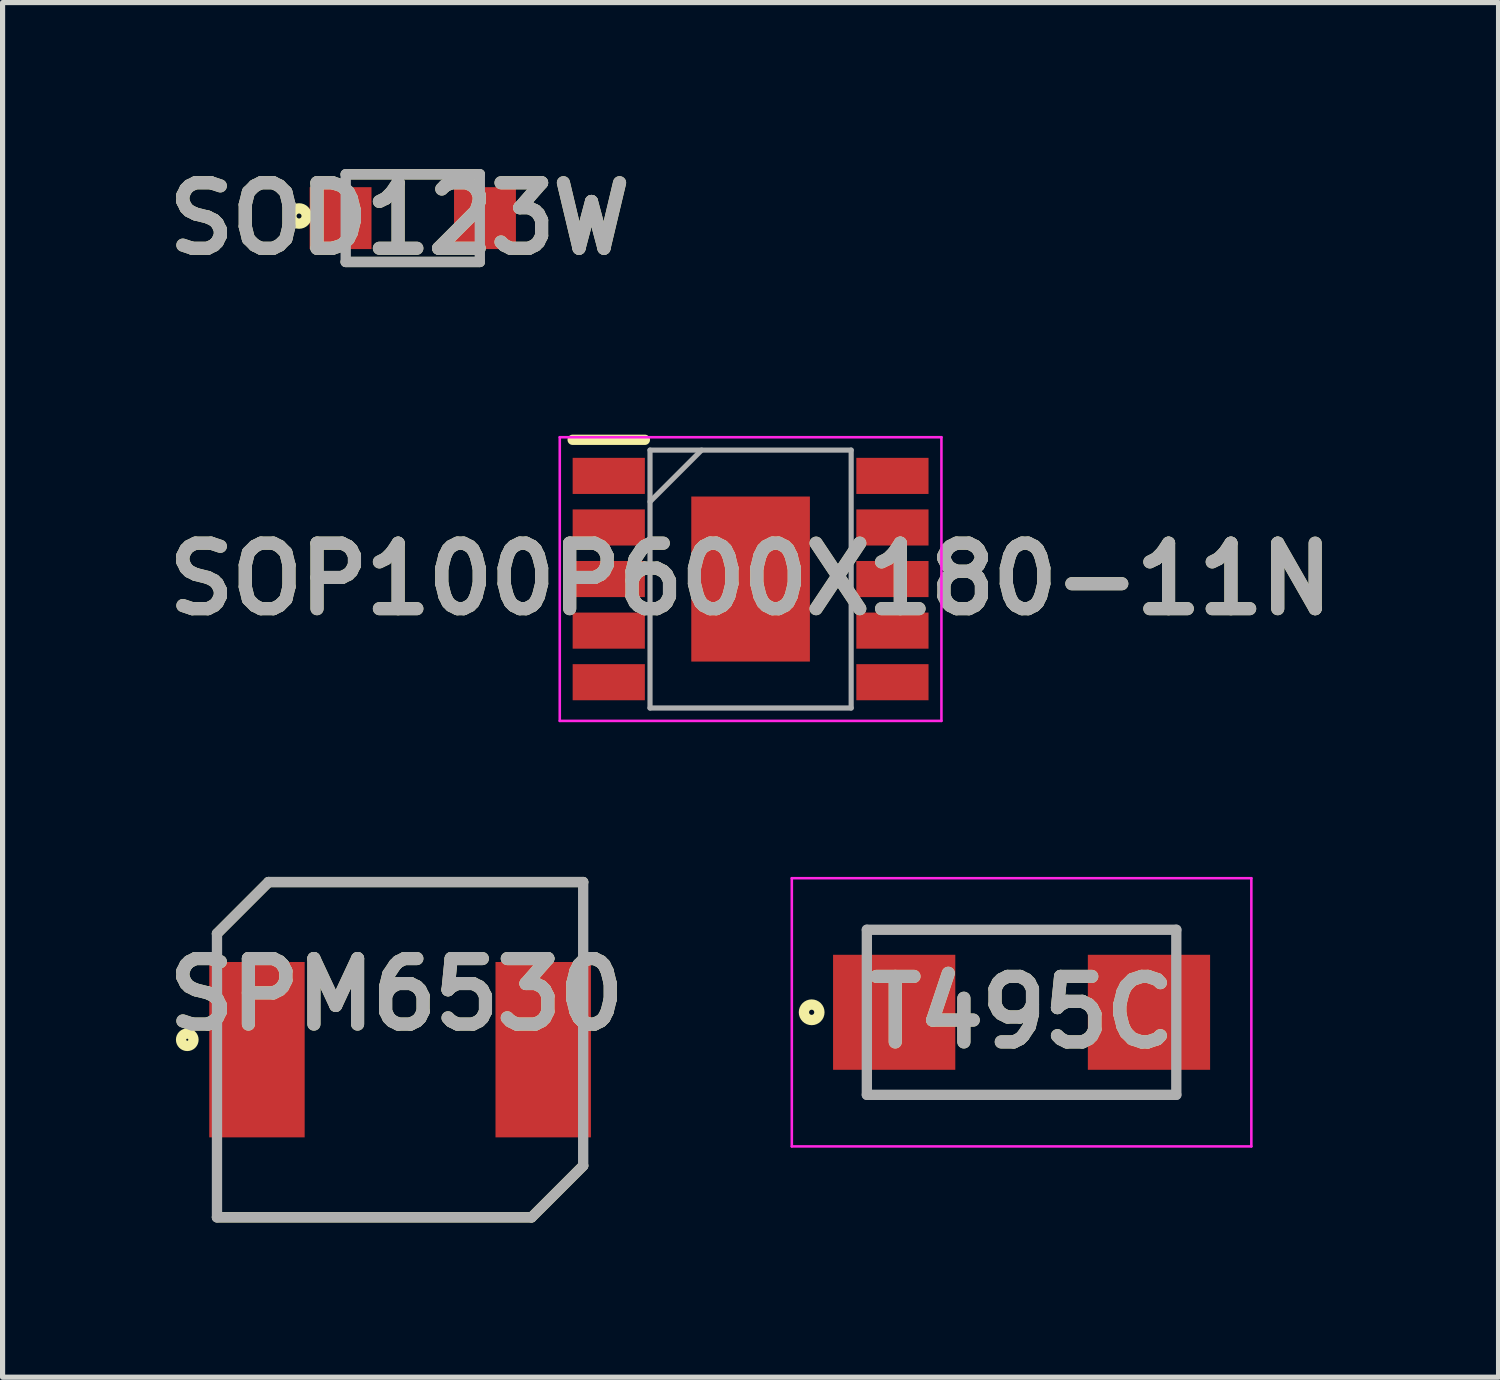
<source format=kicad_pcb>
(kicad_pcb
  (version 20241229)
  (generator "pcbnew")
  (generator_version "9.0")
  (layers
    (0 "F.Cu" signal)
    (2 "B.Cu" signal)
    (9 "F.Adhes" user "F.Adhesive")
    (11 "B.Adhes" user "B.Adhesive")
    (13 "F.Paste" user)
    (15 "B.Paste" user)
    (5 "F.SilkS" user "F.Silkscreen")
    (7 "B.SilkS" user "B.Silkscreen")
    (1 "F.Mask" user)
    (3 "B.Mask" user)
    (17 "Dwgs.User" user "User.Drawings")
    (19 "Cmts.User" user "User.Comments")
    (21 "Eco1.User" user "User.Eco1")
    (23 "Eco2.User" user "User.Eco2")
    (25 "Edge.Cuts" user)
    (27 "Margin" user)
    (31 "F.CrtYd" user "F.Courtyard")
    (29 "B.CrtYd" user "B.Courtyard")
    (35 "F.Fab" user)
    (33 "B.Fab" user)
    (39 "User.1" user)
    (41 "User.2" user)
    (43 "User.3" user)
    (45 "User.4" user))
  (footprint "SOD123W"
    (layer "F.Cu")
    (at 4.953 1.179)
    (property "Reference" "SOD123W" (at -0.254 0.01 0) (layer "F.SilkS") (effects (font (size 1.27 1.27) (thickness 0.254))))
    (attr smd)
    (fp_line (start -1.3 -0.85) (end 1.3 -0.85) (stroke (width 0.2) (type solid)) (layer "F.SilkS"))
    (fp_line (start 1.3 0.85) (end -1.3 0.85) (stroke (width 0.2) (type solid)) (layer "F.SilkS"))
    (fp_circle (center -2.205 -0.041) (end -2.205 0.007) (stroke (width 0.2) (type solid)) (fill no) (layer "F.SilkS"))
    (fp_line (start -1.3 -0.85) (end 1.3 -0.85) (stroke (width 0.2) (type solid)) (layer "F.Fab"))
    (fp_line (start -1.3 0.85) (end -1.3 -0.85) (stroke (width 0.2) (type solid)) (layer "F.Fab"))
    (fp_line (start 1.3 -0.85) (end 1.3 0.85) (stroke (width 0.2) (type solid)) (layer "F.Fab"))
    (fp_line (start 1.3 0.85) (end -1.3 0.85) (stroke (width 0.2) (type solid)) (layer "F.Fab"))
    (fp_text user "${REFERENCE}" (at -0.254 0.01 0) (layer "F.Fab") (effects (font (size 1.27 1.27) (thickness 0.254))))
    (pad "1" smd rect (at -1.4 0 90) (size 1.2 1.2) (layers "F.Cu" "F.Mask" "F.Paste"))
    (pad "2" smd rect (at 1.4 0 90) (size 1.2 1.2) (layers "F.Cu" "F.Mask" "F.Paste")))
  (footprint "SPM6530"
    (layer "F.Cu")
    (at 4.707 17.302)
    (property "Reference" "SPM6530" (at -0.068 -1.071 0) (layer "F.SilkS") (effects (font (size 1.27 1.27) (thickness 0.254))))
    (attr smd)
    (fp_line (start -3.55 -2.25) (end -2.55 -3.25) (stroke (width 0.2) (type solid)) (layer "F.SilkS"))
    (fp_line (start -2.55 -3.25) (end 3.55 -3.25) (stroke (width 0.2) (type solid)) (layer "F.SilkS"))
    (fp_line (start 2.55 3.25) (end -3.55 3.25) (stroke (width 0.2) (type solid)) (layer "F.SilkS"))
    (fp_line (start 3.55 2.25) (end 2.55 3.25) (stroke (width 0.2) (type solid)) (layer "F.SilkS"))
    (fp_circle (center -4.126 -0.193) (end -4.126 -0.073) (stroke (width 0.2) (type solid)) (fill no) (layer "F.SilkS"))
    (fp_line (start -3.55 -2.25) (end -2.55 -3.25) (stroke (width 0.2) (type solid)) (layer "F.Fab"))
    (fp_line (start -3.55 3.25) (end -3.55 -2.25) (stroke (width 0.2) (type solid)) (layer "F.Fab"))
    (fp_line (start -2.55 -3.25) (end 3.55 -3.25) (stroke (width 0.2) (type solid)) (layer "F.Fab"))
    (fp_line (start 2.55 3.25) (end -3.55 3.25) (stroke (width 0.2) (type solid)) (layer "F.Fab"))
    (fp_line (start 3.55 -3.25) (end 3.55 2.25) (stroke (width 0.2) (type solid)) (layer "F.Fab"))
    (fp_line (start 3.55 2.25) (end 2.55 3.25) (stroke (width 0.2) (type solid)) (layer "F.Fab"))
    (fp_text user "${REFERENCE}" (at -0.068 -1.071 0) (layer "F.Fab") (effects (font (size 1.27 1.27) (thickness 0.254))))
    (pad "1" smd rect (at -2.775 0) (size 1.85 3.4) (layers "F.Cu" "F.Mask" "F.Paste"))
    (pad "2" smd rect (at 2.775 0) (size 1.85 3.4) (layers "F.Cu" "F.Mask" "F.Paste")))
  (footprint "T495C"
    (layer "F.Cu")
    (at 16.757 16.577)
    (property "Reference" "T495C" (at 0 0 0) (layer "F.SilkS") (effects (font (size 1.27 1.27) (thickness 0.254))))
    (attr smd)
    (fp_line (start -3 -1.6) (end 3 -1.6) (stroke (width 0.1) (type solid)) (layer "F.SilkS"))
    (fp_line (start 3 1.6) (end -3 1.6) (stroke (width 0.1) (type solid)) (layer "F.SilkS"))
    (fp_circle (center -4.07 0) (end -4.07 0.05) (stroke (width 0.2) (type solid)) (fill no) (layer "F.SilkS"))
    (fp_line (start -4.455 -2.6) (end 4.455 -2.6) (stroke (width 0.05) (type solid)) (layer "F.CrtYd"))
    (fp_line (start -4.455 2.6) (end -4.455 -2.6) (stroke (width 0.05) (type solid)) (layer "F.CrtYd"))
    (fp_line (start 4.455 -2.6) (end 4.455 2.6) (stroke (width 0.05) (type solid)) (layer "F.CrtYd"))
    (fp_line (start 4.455 2.6) (end -4.455 2.6) (stroke (width 0.05) (type solid)) (layer "F.CrtYd"))
    (fp_line (start -3 -1.6) (end 3 -1.6) (stroke (width 0.2) (type solid)) (layer "F.Fab"))
    (fp_line (start -3 1.6) (end -3 -1.6) (stroke (width 0.2) (type solid)) (layer "F.Fab"))
    (fp_line (start 3 -1.6) (end 3 1.6) (stroke (width 0.2) (type solid)) (layer "F.Fab"))
    (fp_line (start 3 1.6) (end -3 1.6) (stroke (width 0.2) (type solid)) (layer "F.Fab"))
    (fp_text user "${REFERENCE}" (at 0 0 0) (layer "F.Fab") (effects (font (size 1.27 1.27) (thickness 0.254))))
    (pad "1" smd rect (at -2.47 0 90) (size 2.23 2.37) (layers "F.Cu" "F.Mask" "F.Paste"))
    (pad "2" smd rect (at 2.47 0 90) (size 2.23 2.37) (layers "F.Cu" "F.Mask" "F.Paste")))
  (footprint "SOP100P600X180-11N"
    (layer "F.Cu")
    (at 11.503 8.177)
    (property "Reference" "SOP100P600X180-11N" (at 0 0 0) (layer "F.SilkS") (effects (font (size 1.27 1.27) (thickness 0.254))))
    (attr smd)
    (fp_line (start -3.45 -2.7) (end -2.05 -2.7) (stroke (width 0.2) (type solid)) (layer "F.SilkS"))
    (fp_line (start -3.7 -2.75) (end 3.7 -2.75) (stroke (width 0.05) (type solid)) (layer "F.CrtYd"))
    (fp_line (start -3.7 2.75) (end -3.7 -2.75) (stroke (width 0.05) (type solid)) (layer "F.CrtYd"))
    (fp_line (start 3.7 -2.75) (end 3.7 2.75) (stroke (width 0.05) (type solid)) (layer "F.CrtYd"))
    (fp_line (start 3.7 2.75) (end -3.7 2.75) (stroke (width 0.05) (type solid)) (layer "F.CrtYd"))
    (fp_line (start -1.95 -2.5) (end 1.95 -2.5) (stroke (width 0.1) (type solid)) (layer "F.Fab"))
    (fp_line (start -1.95 -1.5) (end -0.95 -2.5) (stroke (width 0.1) (type solid)) (layer "F.Fab"))
    (fp_line (start -1.95 2.5) (end -1.95 -2.5) (stroke (width 0.1) (type solid)) (layer "F.Fab"))
    (fp_line (start 1.95 -2.5) (end 1.95 2.5) (stroke (width 0.1) (type solid)) (layer "F.Fab"))
    (fp_line (start 1.95 2.5) (end -1.95 2.5) (stroke (width 0.1) (type solid)) (layer "F.Fab"))
    (fp_text user "${REFERENCE}" (at 0 0 0) (layer "F.Fab") (effects (font (size 1.27 1.27) (thickness 0.254))))
    (pad "1" smd rect (at -2.75 -2 90) (size 0.7 1.4) (layers "F.Cu" "F.Mask" "F.Paste"))
    (pad "2" smd rect (at -2.75 -1 90) (size 0.7 1.4) (layers "F.Cu" "F.Mask" "F.Paste"))
    (pad "3" smd rect (at -2.75 0 90) (size 0.7 1.4) (layers "F.Cu" "F.Mask" "F.Paste"))
    (pad "4" smd rect (at -2.75 1 90) (size 0.7 1.4) (layers "F.Cu" "F.Mask" "F.Paste"))
    (pad "5" smd rect (at -2.75 2 90) (size 0.7 1.4) (layers "F.Cu" "F.Mask" "F.Paste"))
    (pad "6" smd rect (at 2.75 2 90) (size 0.7 1.4) (layers "F.Cu" "F.Mask" "F.Paste"))
    (pad "7" smd rect (at 2.75 1 90) (size 0.7 1.4) (layers "F.Cu" "F.Mask" "F.Paste"))
    (pad "8" smd rect (at 2.75 0 90) (size 0.7 1.4) (layers "F.Cu" "F.Mask" "F.Paste"))
    (pad "9" smd rect (at 2.75 -1 90) (size 0.7 1.4) (layers "F.Cu" "F.Mask" "F.Paste"))
    (pad "10" smd rect (at 2.75 -2 90) (size 0.7 1.4) (layers "F.Cu" "F.Mask" "F.Paste"))
    (pad "11" smd rect (at 0 0) (size 2.3 3.2) (layers "F.Cu" "F.Mask" "F.Paste")))
  (gr_rect
    (start -3 -3)
    (end 26.005 23.652)
    (stroke (width 0.1) (type default))
    (fill no)
    (layer "Edge.Cuts")))
</source>
